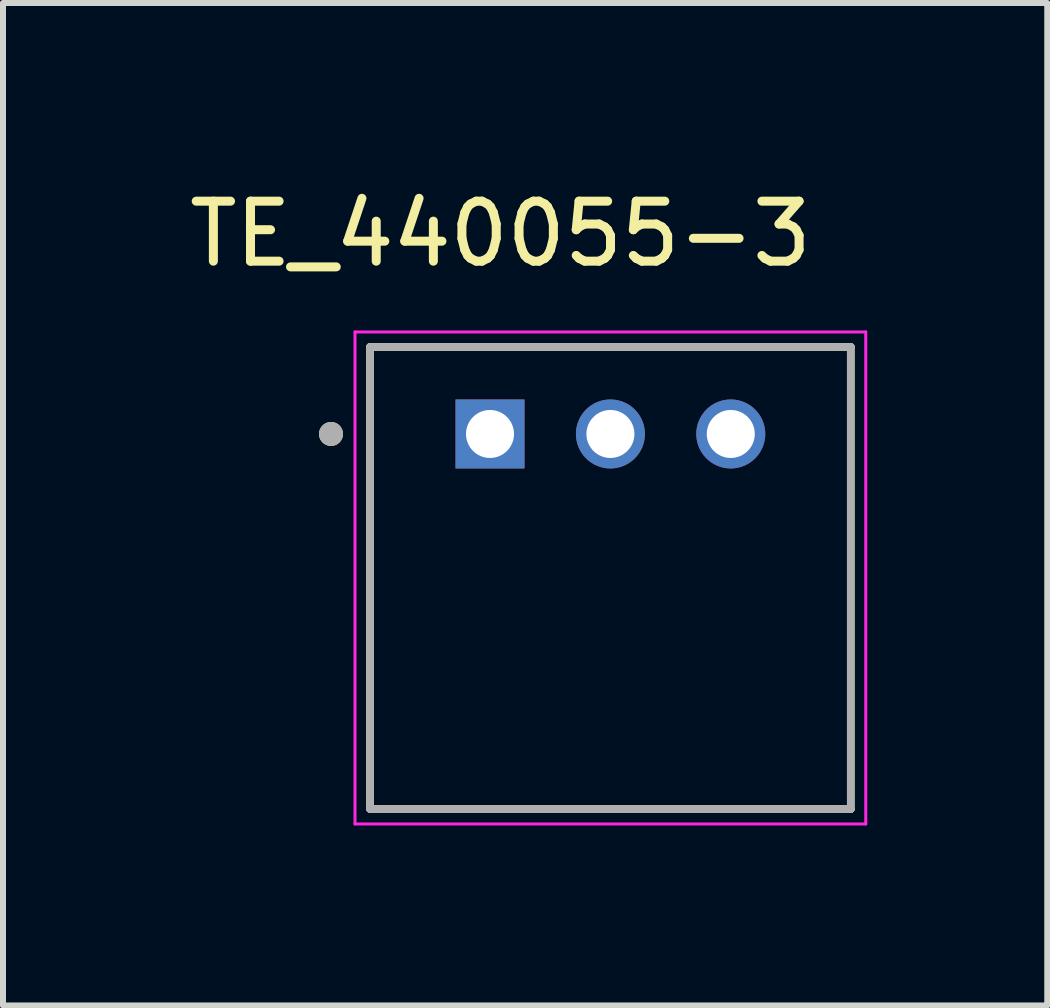
<source format=kicad_pcb>
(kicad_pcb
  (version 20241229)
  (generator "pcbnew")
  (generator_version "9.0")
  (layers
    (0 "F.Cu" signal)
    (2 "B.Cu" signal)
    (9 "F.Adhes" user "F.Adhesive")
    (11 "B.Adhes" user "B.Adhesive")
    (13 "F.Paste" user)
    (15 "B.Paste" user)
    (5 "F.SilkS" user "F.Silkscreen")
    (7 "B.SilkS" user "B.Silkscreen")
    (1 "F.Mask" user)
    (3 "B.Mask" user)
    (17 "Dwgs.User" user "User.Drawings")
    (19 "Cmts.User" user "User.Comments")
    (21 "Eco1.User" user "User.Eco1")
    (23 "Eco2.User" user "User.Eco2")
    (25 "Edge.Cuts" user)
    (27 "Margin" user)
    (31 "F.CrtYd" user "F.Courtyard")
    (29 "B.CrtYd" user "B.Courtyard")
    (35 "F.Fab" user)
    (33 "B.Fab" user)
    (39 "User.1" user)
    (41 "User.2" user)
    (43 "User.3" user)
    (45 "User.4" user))
  (footprint "TE_440055-3"
    (layer "F.Cu")
    (at 5.117 4.183)
    (property "Reference" "TE_440055-3" (at 0.175 -3.335 0) (layer "F.SilkS") (effects (font (size 1 1) (thickness 0.15))))
    (attr through_hole)
    (fp_line (start -2 6.25) (end -2 -1.45) (stroke (width 0.127) (type solid)) (layer "F.SilkS"))
    (fp_line (start 6.013 -1.45) (end -2 -1.45) (stroke (width 0.127) (type solid)) (layer "F.SilkS"))
    (fp_line (start 6.013 -1.45) (end 6.013 6.25) (stroke (width 0.127) (type solid)) (layer "F.SilkS"))
    (fp_line (start 6.013 6.25) (end -2 6.25) (stroke (width 0.127) (type solid)) (layer "F.SilkS"))
    (fp_circle (center -2.65 0) (end -2.55 0) (stroke (width 0.2) (type solid)) (fill no) (layer "F.SilkS"))
    (fp_line (start -2.25 -1.7) (end 6.263 -1.7) (stroke (width 0.05) (type solid)) (layer "F.CrtYd"))
    (fp_line (start -2.25 6.5) (end -2.25 -1.7) (stroke (width 0.05) (type solid)) (layer "F.CrtYd"))
    (fp_line (start 6.263 -1.7) (end 6.263 6.5) (stroke (width 0.05) (type solid)) (layer "F.CrtYd"))
    (fp_line (start 6.263 6.5) (end -2.25 6.5) (stroke (width 0.05) (type solid)) (layer "F.CrtYd"))
    (fp_line (start -2 -1.45) (end 6.013 -1.45) (stroke (width 0.127) (type solid)) (layer "F.Fab"))
    (fp_line (start -2 6.25) (end -2 -1.45) (stroke (width 0.127) (type solid)) (layer "F.Fab"))
    (fp_line (start -2 6.25) (end -2 6.25) (stroke (width 0.127) (type solid)) (layer "F.Fab"))
    (fp_line (start -2 6.25) (end 6.013 6.25) (stroke (width 0.127) (type solid)) (layer "F.Fab"))
    (fp_line (start 6.013 -1.45) (end 6.013 6.25) (stroke (width 0.127) (type solid)) (layer "F.Fab"))
    (fp_line (start 6.013 6.25) (end -2 6.25) (stroke (width 0.127) (type solid)) (layer "F.Fab"))
    (fp_line (start 6.013 6.25) (end 6.013 6.25) (stroke (width 0.127) (type solid)) (layer "F.Fab"))
    (fp_circle (center -2.65 0) (end -2.55 0) (stroke (width 0.2) (type solid)) (fill no) (layer "F.Fab"))
    (pad "1" thru_hole rect (at 0 0) (size 1.15 1.15) (drill 0.8) (layers "*.Cu" "*.Mask"))
    (pad "2" thru_hole circle (at 2.007 0) (size 1.15 1.15) (drill 0.8) (layers "*.Cu" "*.Mask"))
    (pad "3" thru_hole circle (at 4.013 0) (size 1.15 1.15) (drill 0.8) (layers "*.Cu" "*.Mask")))
  (gr_rect
    (start -3 -3)
    (end 14.405 13.708)
    (stroke (width 0.1) (type default))
    (fill no)
    (layer "Edge.Cuts")))
</source>
